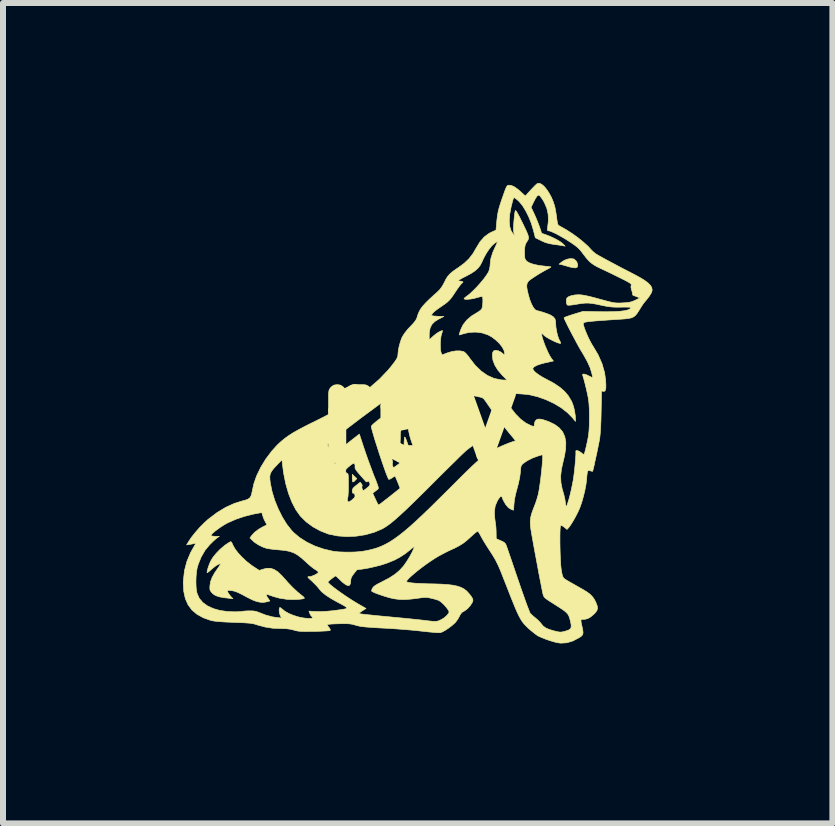
<source format=kicad_pcb>
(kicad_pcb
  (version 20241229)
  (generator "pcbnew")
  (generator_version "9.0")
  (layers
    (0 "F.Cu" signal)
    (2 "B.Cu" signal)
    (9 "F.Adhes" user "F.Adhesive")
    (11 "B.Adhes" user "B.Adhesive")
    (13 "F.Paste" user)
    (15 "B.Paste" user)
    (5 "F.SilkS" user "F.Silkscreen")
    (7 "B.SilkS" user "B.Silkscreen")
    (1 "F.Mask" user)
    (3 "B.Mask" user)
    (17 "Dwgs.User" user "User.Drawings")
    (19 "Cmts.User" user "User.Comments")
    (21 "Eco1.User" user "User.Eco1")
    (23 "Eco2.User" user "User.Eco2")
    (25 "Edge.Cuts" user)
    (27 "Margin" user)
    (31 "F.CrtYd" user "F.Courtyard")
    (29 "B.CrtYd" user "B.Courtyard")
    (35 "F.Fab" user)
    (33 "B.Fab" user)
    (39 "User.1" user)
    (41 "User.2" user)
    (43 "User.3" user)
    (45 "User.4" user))
  (footprint "rev"
    (layer "F.Cu")
    (at 3.914 3.832)
    (property "Reference" "rev" (at 0 0 0) (layer "F.SilkS") (effects (font (size 1.524 1.524) (thickness 0.3))))
    (attr through_hole)
    (fp_poly (pts (xy -1.016 1.097) (xy -1.044 1.126) (xy -1.068 1.149) (xy -1.083 1.152) (xy -1.09 1.132) (xy -1.092 1.09) (xy -1.092 1.024) (xy -1.016 1.097)) (stroke (width 0.01) (type solid)) (fill yes) (layer "F.SilkS"))
    (fp_poly (pts (xy 2.597 -2.566) (xy 2.61 -2.56) (xy 2.649 -2.522) (xy 2.665 -2.475) (xy 2.665 -2.454) (xy 2.657 -2.428) (xy 2.636 -2.418) (xy 2.623 -2.417) (xy 2.59 -2.42) (xy 2.544 -2.429) (xy 2.508 -2.439) (xy 2.461 -2.453) (xy 2.417 -2.465) (xy 2.394 -2.471) (xy 2.356 -2.479) (xy 2.4 -2.515) (xy 2.448 -2.545) (xy 2.501 -2.564) (xy 2.554 -2.572) (xy 2.597 -2.566)) (stroke (width 0.01) (type solid)) (fill yes) (layer "F.SilkS"))
    (fp_poly (pts (xy -3.105 2.157) (xy -3.09 2.185) (xy -3.074 2.22) (xy -3.042 2.275) (xy -2.993 2.338) (xy -2.932 2.404) (xy -2.862 2.47) (xy -2.788 2.529) (xy -2.74 2.563) (xy -2.641 2.627) (xy -2.589 2.609) (xy -2.519 2.591) (xy -2.455 2.591) (xy -2.394 2.611) (xy -2.333 2.65) (xy -2.268 2.712) (xy -2.232 2.752) (xy -2.156 2.837) (xy -2.078 2.918) (xy -2.002 2.988) (xy -1.934 3.044) (xy -1.927 3.049) (xy -1.901 3.071) (xy -1.89 3.088) (xy -1.892 3.092) (xy -1.919 3.101) (xy -1.965 3.107) (xy -2.024 3.111) (xy -2.09 3.112) (xy -2.156 3.11) (xy -2.179 3.109) (xy -2.312 3.088) (xy -2.407 3.061) (xy -2.457 3.044) (xy -2.496 3.031) (xy -2.52 3.024) (xy -2.524 3.023) (xy -2.527 3.032) (xy -2.517 3.057) (xy -2.496 3.09) (xy -2.465 3.136) (xy -2.512 3.149) (xy -2.569 3.16) (xy -2.627 3.157) (xy -2.667 3.149) (xy -2.705 3.138) (xy -2.749 3.121) (xy -2.803 3.095) (xy -2.871 3.06) (xy -2.924 3.031) (xy -2.994 2.996) (xy -3.051 2.974) (xy -3.101 2.963) (xy -3.105 2.963) (xy -3.143 2.96) (xy -3.169 2.961) (xy -3.175 2.965) (xy -3.167 2.989) (xy -3.146 3.023) (xy -3.118 3.059) (xy -3.114 3.063) (xy -3.082 3.098) (xy -3.138 3.092) (xy -3.229 3.081) (xy -3.298 3.069) (xy -3.351 3.053) (xy -3.391 3.034) (xy -3.423 3.009) (xy -3.437 2.993) (xy -3.456 2.968) (xy -3.465 2.943) (xy -3.466 2.91) (xy -3.464 2.877) (xy -3.453 2.811) (xy -3.428 2.744) (xy -3.388 2.671) (xy -3.335 2.594) (xy -3.309 2.557) (xy -3.293 2.529) (xy -3.289 2.515) (xy -3.29 2.515) (xy -3.32 2.523) (xy -3.362 2.547) (xy -3.409 2.583) (xy -3.444 2.613) (xy -3.476 2.641) (xy -3.5 2.66) (xy -3.511 2.665) (xy -3.512 2.649) (xy -3.505 2.616) (xy -3.492 2.572) (xy -3.475 2.525) (xy -3.456 2.48) (xy -3.45 2.468) (xy -3.412 2.406) (xy -3.357 2.339) (xy -3.294 2.274) (xy -3.227 2.217) (xy -3.199 2.196) (xy -3.161 2.171) (xy -3.131 2.153) (xy -3.116 2.147) (xy -3.115 2.147) (xy -3.105 2.157)) (stroke (width 0.01) (type solid)) (fill yes) (layer "F.SilkS"))
    (fp_poly (pts (xy 2.065 -3.81) (xy 2.107 -3.775) (xy 2.149 -3.724) (xy 2.19 -3.662) (xy 2.228 -3.592) (xy 2.26 -3.515) (xy 2.285 -3.436) (xy 2.286 -3.43) (xy 2.295 -3.384) (xy 2.305 -3.325) (xy 2.314 -3.262) (xy 2.316 -3.246) (xy 2.324 -3.192) (xy 2.33 -3.156) (xy 2.339 -3.135) (xy 2.352 -3.122) (xy 2.369 -3.112) (xy 2.469 -3.056) (xy 2.571 -2.991) (xy 2.67 -2.92) (xy 2.76 -2.847) (xy 2.838 -2.777) (xy 2.89 -2.72) (xy 2.924 -2.686) (xy 2.965 -2.652) (xy 2.977 -2.645) (xy 3.008 -2.626) (xy 3.059 -2.598) (xy 3.126 -2.561) (xy 3.206 -2.518) (xy 3.295 -2.471) (xy 3.39 -2.42) (xy 3.489 -2.369) (xy 3.588 -2.318) (xy 3.594 -2.315) (xy 3.698 -2.259) (xy 3.779 -2.21) (xy 3.838 -2.166) (xy 3.879 -2.125) (xy 3.901 -2.087) (xy 3.907 -2.049) (xy 3.905 -2.031) (xy 3.889 -1.992) (xy 3.855 -1.938) (xy 3.805 -1.874) (xy 3.783 -1.849) (xy 3.762 -1.822) (xy 3.734 -1.781) (xy 3.704 -1.733) (xy 3.694 -1.717) (xy 3.662 -1.666) (xy 3.633 -1.629) (xy 3.603 -1.603) (xy 3.566 -1.585) (xy 3.517 -1.574) (xy 3.452 -1.566) (xy 3.382 -1.561) (xy 3.241 -1.552) (xy 3.124 -1.544) (xy 3.027 -1.537) (xy 2.95 -1.531) (xy 2.889 -1.525) (xy 2.843 -1.52) (xy 2.81 -1.515) (xy 2.787 -1.51) (xy 2.773 -1.505) (xy 2.764 -1.499) (xy 2.76 -1.492) (xy 2.761 -1.469) (xy 2.772 -1.43) (xy 2.791 -1.377) (xy 2.815 -1.318) (xy 2.843 -1.255) (xy 2.873 -1.195) (xy 2.901 -1.143) (xy 2.919 -1.115) (xy 3.006 -0.969) (xy 3.072 -0.818) (xy 3.115 -0.667) (xy 3.132 -0.541) (xy 3.136 -0.465) (xy 3.135 -0.412) (xy 3.128 -0.378) (xy 3.116 -0.361) (xy 3.096 -0.358) (xy 3.093 -0.359) (xy 3.064 -0.364) (xy 3.057 -0.02) (xy 3.054 0.119) (xy 3.049 0.234) (xy 3.043 0.328) (xy 3.036 0.402) (xy 3.03 0.445) (xy 3.022 0.485) (xy 3.011 0.54) (xy 2.998 0.606) (xy 2.983 0.677) (xy 2.967 0.749) (xy 2.952 0.818) (xy 2.939 0.88) (xy 2.927 0.929) (xy 2.919 0.962) (xy 2.915 0.975) (xy 2.903 0.973) (xy 2.876 0.967) (xy 2.873 0.966) (xy 2.855 0.961) (xy 2.842 0.962) (xy 2.833 0.972) (xy 2.827 0.994) (xy 2.821 1.032) (xy 2.816 1.09) (xy 2.813 1.13) (xy 2.802 1.208) (xy 2.784 1.3) (xy 2.76 1.398) (xy 2.733 1.493) (xy 2.704 1.576) (xy 2.695 1.598) (xy 2.668 1.657) (xy 2.635 1.722) (xy 2.599 1.787) (xy 2.564 1.845) (xy 2.533 1.892) (xy 2.514 1.915) (xy 2.488 1.944) (xy 2.441 1.905) (xy 2.407 1.882) (xy 2.386 1.878) (xy 2.382 1.88) (xy 2.377 1.898) (xy 2.373 1.937) (xy 2.371 1.993) (xy 2.37 2.063) (xy 2.37 2.142) (xy 2.371 2.228) (xy 2.373 2.314) (xy 2.376 2.399) (xy 2.38 2.477) (xy 2.384 2.545) (xy 2.39 2.6) (xy 2.392 2.616) (xy 2.403 2.677) (xy 2.413 2.718) (xy 2.425 2.744) (xy 2.441 2.762) (xy 2.441 2.762) (xy 2.462 2.777) (xy 2.501 2.801) (xy 2.553 2.831) (xy 2.615 2.866) (xy 2.664 2.894) (xy 2.749 2.942) (xy 2.815 2.982) (xy 2.865 3.018) (xy 2.902 3.054) (xy 2.932 3.091) (xy 2.956 3.133) (xy 2.967 3.155) (xy 2.99 3.213) (xy 2.997 3.258) (xy 2.986 3.297) (xy 2.955 3.337) (xy 2.934 3.358) (xy 2.883 3.401) (xy 2.839 3.427) (xy 2.795 3.44) (xy 2.761 3.442) (xy 2.738 3.442) (xy 2.725 3.448) (xy 2.72 3.463) (xy 2.723 3.492) (xy 2.733 3.54) (xy 2.737 3.556) (xy 2.75 3.618) (xy 2.755 3.661) (xy 2.751 3.691) (xy 2.737 3.713) (xy 2.712 3.734) (xy 2.693 3.746) (xy 2.587 3.802) (xy 2.485 3.833) (xy 2.384 3.839) (xy 2.343 3.834) (xy 2.283 3.821) (xy 2.212 3.8) (xy 2.138 3.775) (xy 2.069 3.748) (xy 2.014 3.723) (xy 2.001 3.716) (xy 1.967 3.693) (xy 1.921 3.657) (xy 1.872 3.616) (xy 1.845 3.593) (xy 1.807 3.556) (xy 1.773 3.52) (xy 1.743 3.482) (xy 1.715 3.438) (xy 1.686 3.385) (xy 1.655 3.32) (xy 1.62 3.239) (xy 1.58 3.14) (xy 1.548 3.061) (xy 1.513 2.971) (xy 1.476 2.877) (xy 1.44 2.786) (xy 1.408 2.704) (xy 1.382 2.638) (xy 1.381 2.635) (xy 1.34 2.541) (xy 1.298 2.456) (xy 1.247 2.37) (xy 1.209 2.311) (xy 1.167 2.247) (xy 1.126 2.182) (xy 1.09 2.123) (xy 1.064 2.077) (xy 1.059 2.068) (xy 1.037 2.026) (xy 1.017 1.993) (xy 1.004 1.975) (xy 1.003 1.975) (xy 0.988 1.979) (xy 0.96 1.999) (xy 0.924 2.03) (xy 0.898 2.054) (xy 0.824 2.121) (xy 0.757 2.174) (xy 0.686 2.218) (xy 0.605 2.26) (xy 0.57 2.275) (xy 0.504 2.306) (xy 0.43 2.344) (xy 0.36 2.381) (xy 0.341 2.392) (xy 0.278 2.43) (xy 0.21 2.475) (xy 0.139 2.524) (xy 0.069 2.576) (xy 0.002 2.628) (xy -0.059 2.678) (xy -0.112 2.724) (xy -0.153 2.763) (xy -0.179 2.793) (xy -0.188 2.811) (xy -0.187 2.815) (xy -0.164 2.825) (xy -0.116 2.833) (xy -0.043 2.84) (xy 0.054 2.845) (xy 0.176 2.85) (xy 0.252 2.851) (xy 0.384 2.855) (xy 0.495 2.862) (xy 0.586 2.873) (xy 0.661 2.889) (xy 0.722 2.91) (xy 0.773 2.937) (xy 0.816 2.971) (xy 0.855 3.014) (xy 0.856 3.014) (xy 0.892 3.061) (xy 0.913 3.095) (xy 0.92 3.121) (xy 0.916 3.145) (xy 0.908 3.162) (xy 0.874 3.215) (xy 0.83 3.264) (xy 0.784 3.299) (xy 0.766 3.309) (xy 0.735 3.327) (xy 0.711 3.359) (xy 0.693 3.394) (xy 0.666 3.442) (xy 0.632 3.488) (xy 0.614 3.507) (xy 0.565 3.55) (xy 0.51 3.591) (xy 0.456 3.627) (xy 0.409 3.652) (xy 0.376 3.664) (xy 0.352 3.665) (xy 0.307 3.663) (xy 0.245 3.658) (xy 0.172 3.651) (xy 0.091 3.642) (xy 0.07 3.64) (xy -0.018 3.63) (xy -0.125 3.62) (xy -0.243 3.61) (xy -0.365 3.601) (xy -0.484 3.593) (xy -0.565 3.589) (xy -0.677 3.583) (xy -0.767 3.577) (xy -0.839 3.572) (xy -0.897 3.567) (xy -0.943 3.561) (xy -0.981 3.554) (xy -1.016 3.546) (xy -1.035 3.54) (xy -1.078 3.528) (xy -1.117 3.52) (xy -1.157 3.516) (xy -1.204 3.514) (xy -1.267 3.514) (xy -1.324 3.516) (xy -1.39 3.518) (xy -1.445 3.521) (xy -1.486 3.525) (xy -1.509 3.529) (xy -1.511 3.531) (xy -1.504 3.547) (xy -1.485 3.572) (xy -1.479 3.579) (xy -1.46 3.607) (xy -1.458 3.623) (xy -1.463 3.628) (xy -1.481 3.632) (xy -1.519 3.635) (xy -1.575 3.638) (xy -1.643 3.641) (xy -1.72 3.643) (xy -1.731 3.643) (xy -1.82 3.644) (xy -1.888 3.644) (xy -1.94 3.643) (xy -1.981 3.64) (xy -2.014 3.635) (xy -2.046 3.628) (xy -2.067 3.621) (xy -2.124 3.607) (xy -2.187 3.599) (xy -2.263 3.596) (xy -2.292 3.595) (xy -2.42 3.59) (xy -2.541 3.571) (xy -2.666 3.538) (xy -2.692 3.529) (xy -2.723 3.52) (xy -2.757 3.513) (xy -2.797 3.507) (xy -2.847 3.503) (xy -2.911 3.499) (xy -2.995 3.495) (xy -3.073 3.492) (xy -3.189 3.488) (xy -3.282 3.482) (xy -3.354 3.476) (xy -3.409 3.469) (xy -3.448 3.461) (xy -3.448 3.461) (xy -3.575 3.416) (xy -3.68 3.358) (xy -3.765 3.286) (xy -3.83 3.198) (xy -3.875 3.095) (xy -3.901 2.976) (xy -3.909 2.84) (xy -3.908 2.826) (xy -3.698 2.826) (xy -3.695 2.909) (xy -3.686 2.981) (xy -3.678 3.012) (xy -3.643 3.091) (xy -3.585 3.16) (xy -3.507 3.217) (xy -3.411 3.262) (xy -3.299 3.294) (xy -3.172 3.312) (xy -3.077 3.316) (xy -3.019 3.316) (xy -2.97 3.314) (xy -2.936 3.312) (xy -2.922 3.309) (xy -2.905 3.306) (xy -2.869 3.303) (xy -2.821 3.301) (xy -2.809 3.301) (xy -2.746 3.302) (xy -2.698 3.309) (xy -2.656 3.324) (xy -2.646 3.328) (xy -2.537 3.37) (xy -2.427 3.4) (xy -2.351 3.412) (xy -2.271 3.42) (xy -2.291 3.381) (xy -2.304 3.345) (xy -2.31 3.305) (xy -2.31 3.27) (xy -2.303 3.248) (xy -2.301 3.246) (xy -2.286 3.25) (xy -2.263 3.268) (xy -2.259 3.272) (xy -2.214 3.308) (xy -2.15 3.344) (xy -2.073 3.376) (xy -1.99 3.402) (xy -1.906 3.419) (xy -1.899 3.42) (xy -1.847 3.425) (xy -1.802 3.427) (xy -1.768 3.425) (xy -1.753 3.419) (xy -1.753 3.418) (xy -1.761 3.401) (xy -1.771 3.392) (xy -1.788 3.369) (xy -1.801 3.341) (xy -1.814 3.305) (xy -1.704 3.312) (xy -1.62 3.313) (xy -1.52 3.308) (xy -1.41 3.298) (xy -1.299 3.283) (xy -1.247 3.275) (xy -1.21 3.268) (xy -1.188 3.261) (xy -1.182 3.251) (xy -1.193 3.238) (xy -1.223 3.218) (xy -1.273 3.19) (xy -1.327 3.162) (xy -1.443 3.097) (xy -1.535 3.037) (xy -1.603 2.982) (xy -1.645 2.933) (xy -1.672 2.899) (xy -1.712 2.857) (xy -1.75 2.819) (xy -1.499 2.819) (xy -1.488 2.836) (xy -1.459 2.864) (xy -1.415 2.9) (xy -1.358 2.944) (xy -1.291 2.992) (xy -1.218 3.043) (xy -1.141 3.094) (xy -1.064 3.143) (xy -0.989 3.188) (xy -0.961 3.204) (xy -0.862 3.261) (xy -0.92 3.297) (xy -0.952 3.319) (xy -0.973 3.336) (xy -0.978 3.342) (xy -0.976 3.344) (xy -0.969 3.347) (xy -0.954 3.351) (xy -0.929 3.354) (xy -0.892 3.359) (xy -0.842 3.364) (xy -0.775 3.371) (xy -0.689 3.38) (xy -0.584 3.39) (xy -0.455 3.402) (xy -0.427 3.405) (xy -0.32 3.415) (xy -0.215 3.425) (xy -0.116 3.435) (xy -0.028 3.444) (xy 0.046 3.452) (xy 0.1 3.458) (xy 0.114 3.46) (xy 0.19 3.469) (xy 0.247 3.475) (xy 0.288 3.476) (xy 0.32 3.474) (xy 0.347 3.467) (xy 0.374 3.455) (xy 0.391 3.447) (xy 0.436 3.42) (xy 0.477 3.386) (xy 0.493 3.368) (xy 0.515 3.339) (xy 0.522 3.32) (xy 0.517 3.302) (xy 0.506 3.283) (xy 0.475 3.241) (xy 0.435 3.196) (xy 0.393 3.157) (xy 0.357 3.131) (xy 0.355 3.13) (xy 0.325 3.118) (xy 0.281 3.105) (xy 0.23 3.092) (xy 0.229 3.092) (xy 0.187 3.083) (xy 0.152 3.078) (xy 0.116 3.077) (xy 0.072 3.081) (xy 0.013 3.089) (xy -0.006 3.092) (xy -0.124 3.106) (xy -0.223 3.112) (xy -0.312 3.11) (xy -0.395 3.099) (xy -0.447 3.088) (xy -0.505 3.072) (xy -0.568 3.053) (xy -0.63 3.032) (xy -0.687 3.012) (xy -0.732 2.993) (xy -0.761 2.978) (xy -0.769 2.971) (xy -0.768 2.953) (xy -0.756 2.925) (xy -0.753 2.92) (xy -0.736 2.898) (xy -0.706 2.875) (xy -0.661 2.849) (xy -0.595 2.816) (xy -0.591 2.813) (xy -0.475 2.753) (xy -0.38 2.691) (xy -0.302 2.625) (xy -0.237 2.553) (xy -0.229 2.542) (xy -0.183 2.476) (xy -0.137 2.402) (xy -0.097 2.328) (xy -0.067 2.264) (xy -0.064 2.255) (xy -0.058 2.237) (xy -0.06 2.231) (xy -0.073 2.24) (xy -0.102 2.262) (xy -0.117 2.275) (xy -0.209 2.348) (xy -0.298 2.406) (xy -0.393 2.456) (xy -0.503 2.501) (xy -0.537 2.513) (xy -0.622 2.54) (xy -0.722 2.565) (xy -0.825 2.588) (xy -0.921 2.604) (xy -0.953 2.608) (xy -0.987 2.612) (xy -1.009 2.615) (xy -1.012 2.616) (xy -1.02 2.625) (xy -1.04 2.649) (xy -1.066 2.681) (xy -1.096 2.724) (xy -1.112 2.758) (xy -1.118 2.792) (xy -1.118 2.799) (xy -1.123 2.848) (xy -1.138 2.875) (xy -1.164 2.88) (xy -1.201 2.864) (xy -1.251 2.827) (xy -1.286 2.794) (xy -1.322 2.759) (xy -1.35 2.733) (xy -1.366 2.719) (xy -1.368 2.718) (xy -1.382 2.725) (xy -1.408 2.743) (xy -1.439 2.767) (xy -1.469 2.791) (xy -1.491 2.811) (xy -1.499 2.819) (xy -1.75 2.819) (xy -1.755 2.814) (xy -1.765 2.805) (xy -1.804 2.77) (xy -1.826 2.748) (xy -1.833 2.736) (xy -1.827 2.731) (xy -1.81 2.731) (xy -1.775 2.725) (xy -1.734 2.71) (xy -1.695 2.691) (xy -1.667 2.671) (xy -1.659 2.66) (xy -1.665 2.642) (xy -1.696 2.62) (xy -1.704 2.615) (xy -1.734 2.596) (xy -1.777 2.563) (xy -1.825 2.522) (xy -1.867 2.483) (xy -1.941 2.417) (xy -2.006 2.368) (xy -2.068 2.333) (xy -2.135 2.31) (xy -2.213 2.294) (xy -2.306 2.285) (xy -2.373 2.279) (xy -2.436 2.272) (xy -2.487 2.265) (xy -2.52 2.259) (xy -2.521 2.259) (xy -2.587 2.235) (xy -2.656 2.201) (xy -2.717 2.161) (xy -2.754 2.129) (xy -2.797 2.085) (xy -2.77 2.047) (xy -2.721 1.993) (xy -2.653 1.941) (xy -2.582 1.9) (xy -2.515 1.867) (xy -2.546 1.808) (xy -2.567 1.765) (xy -2.582 1.722) (xy -2.586 1.707) (xy -2.594 1.678) (xy -2.605 1.664) (xy -2.606 1.664) (xy -2.623 1.666) (xy -2.659 1.673) (xy -2.708 1.682) (xy -2.744 1.689) (xy -2.894 1.727) (xy -3.038 1.776) (xy -3.168 1.834) (xy -3.188 1.844) (xy -3.237 1.873) (xy -3.29 1.907) (xy -3.34 1.943) (xy -3.386 1.978) (xy -3.421 2.009) (xy -3.443 2.033) (xy -3.448 2.045) (xy -3.432 2.052) (xy -3.399 2.057) (xy -3.374 2.058) (xy -3.308 2.058) (xy -3.346 2.085) (xy -3.373 2.107) (xy -3.41 2.14) (xy -3.451 2.181) (xy -3.468 2.197) (xy -3.546 2.292) (xy -3.611 2.404) (xy -3.66 2.526) (xy -3.677 2.584) (xy -3.689 2.655) (xy -3.696 2.738) (xy -3.698 2.826) (xy -3.908 2.826) (xy -3.907 2.794) (xy -3.889 2.631) (xy -3.849 2.478) (xy -3.786 2.328) (xy -3.727 2.224) (xy -3.708 2.19) (xy -3.705 2.175) (xy -3.711 2.175) (xy -3.735 2.181) (xy -3.772 2.188) (xy -3.792 2.192) (xy -3.853 2.201) (xy -3.822 2.149) (xy -3.771 2.073) (xy -3.705 1.99) (xy -3.631 1.906) (xy -3.553 1.828) (xy -3.494 1.775) (xy -3.348 1.664) (xy -3.203 1.576) (xy -3.058 1.51) (xy -2.91 1.464) (xy -2.89 1.46) (xy -2.833 1.441) (xy -2.795 1.413) (xy -2.773 1.369) (xy -2.762 1.317) (xy -2.733 1.184) (xy -2.687 1.052) (xy -2.466 1.052) (xy -2.466 1.101) (xy -2.459 1.163) (xy -2.457 1.174) (xy -2.428 1.315) (xy -2.384 1.459) (xy -2.326 1.601) (xy -2.259 1.735) (xy -2.184 1.857) (xy -2.103 1.96) (xy -2.071 1.994) (xy -1.97 2.079) (xy -1.85 2.155) (xy -1.716 2.22) (xy -1.571 2.27) (xy -1.422 2.305) (xy -1.39 2.31) (xy -1.315 2.318) (xy -1.225 2.321) (xy -1.128 2.322) (xy -1.034 2.319) (xy -0.95 2.312) (xy -0.9 2.305) (xy -0.822 2.29) (xy -0.748 2.272) (xy -0.677 2.251) (xy -0.608 2.224) (xy -0.538 2.191) (xy -0.466 2.151) (xy -0.391 2.102) (xy -0.311 2.044) (xy -0.225 1.976) (xy -0.131 1.896) (xy -0.028 1.803) (xy 0.086 1.696) (xy 0.134 1.65) (xy 1.277 1.65) (xy 1.283 1.752) (xy 1.29 1.805) (xy 1.296 1.852) (xy 1.301 1.885) (xy 1.301 1.886) (xy 1.304 1.919) (xy 1.306 1.966) (xy 1.307 2.011) (xy 1.308 2.098) (xy 1.384 2.131) (xy 1.426 2.151) (xy 1.451 2.169) (xy 1.468 2.192) (xy 1.482 2.229) (xy 1.484 2.235) (xy 1.494 2.262) (xy 1.51 2.31) (xy 1.533 2.377) (xy 1.561 2.458) (xy 1.593 2.552) (xy 1.628 2.655) (xy 1.665 2.764) (xy 1.682 2.812) (xy 1.719 2.921) (xy 1.755 3.023) (xy 1.788 3.116) (xy 1.817 3.197) (xy 1.842 3.262) (xy 1.861 3.311) (xy 1.873 3.339) (xy 1.877 3.344) (xy 1.898 3.365) (xy 1.932 3.395) (xy 1.962 3.419) (xy 2.002 3.454) (xy 2.039 3.492) (xy 2.058 3.515) (xy 2.09 3.554) (xy 2.131 3.584) (xy 2.185 3.608) (xy 2.259 3.631) (xy 2.262 3.632) (xy 2.316 3.645) (xy 2.354 3.653) (xy 2.383 3.655) (xy 2.412 3.651) (xy 2.449 3.642) (xy 2.467 3.637) (xy 2.514 3.621) (xy 2.543 3.602) (xy 2.557 3.574) (xy 2.557 3.534) (xy 2.546 3.476) (xy 2.541 3.457) (xy 2.53 3.418) (xy 2.519 3.387) (xy 2.504 3.36) (xy 2.482 3.334) (xy 2.451 3.306) (xy 2.407 3.274) (xy 2.347 3.235) (xy 2.269 3.185) (xy 2.263 3.181) (xy 2.201 3.142) (xy 2.157 3.113) (xy 2.128 3.091) (xy 2.109 3.072) (xy 2.098 3.054) (xy 2.091 3.034) (xy 2.086 3.016) (xy 2.079 2.983) (xy 2.068 2.928) (xy 2.054 2.855) (xy 2.037 2.769) (xy 2.018 2.672) (xy 1.999 2.568) (xy 1.979 2.461) (xy 1.959 2.354) (xy 1.94 2.252) (xy 1.923 2.157) (xy 1.908 2.074) (xy 1.896 2.005) (xy 1.888 1.955) (xy 1.886 1.945) (xy 1.877 1.871) (xy 1.875 1.808) (xy 1.881 1.749) (xy 1.896 1.686) (xy 1.922 1.613) (xy 1.942 1.562) (xy 1.967 1.497) (xy 1.99 1.426) (xy 2.008 1.361) (xy 2.013 1.34) (xy 2.023 1.284) (xy 2.033 1.216) (xy 2.044 1.14) (xy 2.054 1.059) (xy 2.063 0.978) (xy 2.071 0.901) (xy 2.077 0.831) (xy 2.081 0.772) (xy 2.082 0.728) (xy 2.081 0.703) (xy 2.079 0.699) (xy 2.065 0.702) (xy 2.035 0.71) (xy 2.006 0.719) (xy 1.916 0.752) (xy 1.83 0.795) (xy 1.764 0.839) (xy 1.742 0.858) (xy 1.728 0.875) (xy 1.72 0.898) (xy 1.715 0.932) (xy 1.711 0.986) (xy 1.711 0.987) (xy 1.699 1.079) (xy 1.676 1.185) (xy 1.657 1.257) (xy 1.63 1.357) (xy 1.612 1.448) (xy 1.604 1.52) (xy 1.597 1.623) (xy 1.561 1.611) (xy 1.511 1.581) (xy 1.465 1.527) (xy 1.424 1.454) (xy 1.405 1.405) (xy 1.393 1.391) (xy 1.374 1.4) (xy 1.348 1.432) (xy 1.327 1.467) (xy 1.291 1.552) (xy 1.277 1.65) (xy 0.134 1.65) (xy 0.213 1.574) (xy 0.354 1.435) (xy 0.51 1.28) (xy 0.54 1.25) (xy 0.651 1.139) (xy 0.746 1.044) (xy 0.828 0.964) (xy 0.897 0.897) (xy 0.957 0.841) (xy 1.009 0.794) (xy 1.055 0.756) (xy 1.096 0.723) (xy 1.136 0.695) (xy 1.175 0.669) (xy 1.216 0.644) (xy 1.238 0.631) (xy 1.282 0.608) (xy 1.337 0.581) (xy 1.399 0.553) (xy 1.463 0.526) (xy 1.523 0.502) (xy 1.574 0.484) (xy 1.611 0.472) (xy 1.625 0.47) (xy 1.624 0.461) (xy 1.608 0.438) (xy 1.581 0.403) (xy 1.559 0.378) (xy 1.515 0.325) (xy 1.46 0.256) (xy 1.399 0.176) (xy 1.334 0.091) (xy 1.271 0.006) (xy 1.213 -0.075) (xy 1.163 -0.147) (xy 1.158 -0.155) (xy 1.125 -0.202) (xy 1.101 -0.232) (xy 1.08 -0.249) (xy 1.058 -0.258) (xy 1.045 -0.261) (xy 0.922 -0.288) (xy 0.844 -0.314) (xy 1.427 -0.314) (xy 1.427 -0.297) (xy 1.441 -0.262) (xy 1.468 -0.212) (xy 1.506 -0.15) (xy 1.552 -0.081) (xy 1.631 0.02) (xy 1.715 0.105) (xy 1.803 0.171) (xy 1.891 0.214) (xy 1.915 0.222) (xy 1.935 0.225) (xy 1.942 0.211) (xy 1.943 0.194) (xy 1.95 0.156) (xy 1.963 0.13) (xy 1.986 0.11) (xy 2.019 0.103) (xy 2.066 0.108) (xy 2.13 0.127) (xy 2.187 0.148) (xy 2.284 0.195) (xy 2.359 0.251) (xy 2.415 0.317) (xy 2.451 0.396) (xy 2.468 0.488) (xy 2.466 0.596) (xy 2.446 0.719) (xy 2.425 0.806) (xy 2.395 0.938) (xy 2.382 1.056) (xy 2.387 1.165) (xy 2.408 1.272) (xy 2.418 1.303) (xy 2.435 1.363) (xy 2.45 1.426) (xy 2.459 1.479) (xy 2.459 1.484) (xy 2.465 1.525) (xy 2.472 1.553) (xy 2.477 1.562) (xy 2.484 1.551) (xy 2.495 1.519) (xy 2.51 1.473) (xy 2.526 1.419) (xy 2.545 1.343) (xy 2.565 1.256) (xy 2.582 1.169) (xy 2.591 1.124) (xy 2.6 1.063) (xy 2.609 0.994) (xy 2.617 0.92) (xy 2.624 0.847) (xy 2.63 0.778) (xy 2.634 0.72) (xy 2.636 0.675) (xy 2.635 0.649) (xy 2.634 0.645) (xy 2.637 0.632) (xy 2.641 0.629) (xy 2.663 0.629) (xy 2.696 0.644) (xy 2.733 0.67) (xy 2.739 0.676) (xy 2.76 0.69) (xy 2.773 0.69) (xy 2.781 0.669) (xy 2.792 0.629) (xy 2.805 0.576) (xy 2.819 0.515) (xy 2.832 0.454) (xy 2.843 0.397) (xy 2.846 0.375) (xy 2.854 0.307) (xy 2.859 0.222) (xy 2.861 0.125) (xy 2.861 0.026) (xy 2.859 -0.071) (xy 2.854 -0.156) (xy 2.846 -0.222) (xy 2.838 -0.27) (xy 2.825 -0.332) (xy 2.809 -0.402) (xy 2.792 -0.472) (xy 2.775 -0.538) (xy 2.76 -0.591) (xy 2.749 -0.626) (xy 2.749 -0.627) (xy 2.75 -0.644) (xy 2.77 -0.647) (xy 2.807 -0.637) (xy 2.852 -0.616) (xy 2.887 -0.599) (xy 2.91 -0.587) (xy 2.917 -0.584) (xy 2.915 -0.595) (xy 2.909 -0.625) (xy 2.901 -0.66) (xy 2.873 -0.752) (xy 2.828 -0.852) (xy 2.766 -0.964) (xy 2.739 -1.009) (xy 2.715 -1.048) (xy 2.685 -1.101) (xy 2.65 -1.165) (xy 2.613 -1.234) (xy 2.574 -1.307) (xy 2.537 -1.378) (xy 2.503 -1.444) (xy 2.475 -1.502) (xy 2.453 -1.547) (xy 2.441 -1.576) (xy 2.438 -1.584) (xy 2.45 -1.592) (xy 2.481 -1.605) (xy 2.528 -1.621) (xy 2.586 -1.64) (xy 2.598 -1.644) (xy 2.757 -1.692) (xy 3.001 -1.686) (xy 3.144 -1.685) (xy 3.266 -1.687) (xy 3.368 -1.693) (xy 3.448 -1.703) (xy 3.504 -1.716) (xy 3.537 -1.733) (xy 3.544 -1.741) (xy 3.548 -1.75) (xy 3.545 -1.757) (xy 3.531 -1.761) (xy 3.504 -1.762) (xy 3.458 -1.763) (xy 3.391 -1.762) (xy 3.388 -1.762) (xy 3.308 -1.761) (xy 3.244 -1.764) (xy 3.183 -1.77) (xy 3.117 -1.782) (xy 3.054 -1.795) (xy 2.969 -1.813) (xy 2.901 -1.824) (xy 2.843 -1.83) (xy 2.788 -1.829) (xy 2.729 -1.823) (xy 2.658 -1.812) (xy 2.646 -1.81) (xy 2.59 -1.801) (xy 2.542 -1.795) (xy 2.508 -1.794) (xy 2.497 -1.795) (xy 2.484 -1.811) (xy 2.477 -1.843) (xy 2.477 -1.879) (xy 2.484 -1.909) (xy 2.487 -1.914) (xy 2.513 -1.936) (xy 2.559 -1.953) (xy 2.618 -1.965) (xy 2.679 -1.969) (xy 2.718 -1.967) (xy 2.764 -1.961) (xy 2.819 -1.95) (xy 2.888 -1.934) (xy 2.976 -1.911) (xy 3.026 -1.897) (xy 3.112 -1.874) (xy 3.178 -1.856) (xy 3.229 -1.844) (xy 3.27 -1.836) (xy 3.305 -1.832) (xy 3.34 -1.831) (xy 3.378 -1.831) (xy 3.416 -1.833) (xy 3.482 -1.837) (xy 3.53 -1.844) (xy 3.569 -1.853) (xy 3.607 -1.869) (xy 3.626 -1.877) (xy 3.702 -1.915) (xy 3.653 -1.935) (xy 3.62 -1.948) (xy 3.596 -1.955) (xy 3.593 -1.956) (xy 3.583 -1.966) (xy 3.581 -1.978) (xy 3.577 -2.004) (xy 3.567 -2.04) (xy 3.563 -2.051) (xy 3.553 -2.096) (xy 3.557 -2.123) (xy 3.56 -2.141) (xy 3.544 -2.158) (xy 3.527 -2.169) (xy 3.491 -2.19) (xy 3.436 -2.219) (xy 3.365 -2.254) (xy 3.284 -2.294) (xy 3.196 -2.337) (xy 3.106 -2.38) (xy 3.086 -2.389) (xy 3.006 -2.427) (xy 2.944 -2.461) (xy 2.894 -2.496) (xy 2.851 -2.534) (xy 2.809 -2.582) (xy 2.762 -2.643) (xy 2.761 -2.644) (xy 2.724 -2.693) (xy 2.691 -2.731) (xy 2.656 -2.764) (xy 2.613 -2.797) (xy 2.557 -2.836) (xy 2.532 -2.852) (xy 2.459 -2.899) (xy 2.386 -2.941) (xy 2.318 -2.979) (xy 2.258 -3.008) (xy 2.21 -3.028) (xy 2.179 -3.035) (xy 2.177 -3.035) (xy 2.163 -3.04) (xy 2.161 -3.06) (xy 2.163 -3.077) (xy 2.177 -3.199) (xy 2.174 -3.308) (xy 2.152 -3.408) (xy 2.111 -3.504) (xy 2.094 -3.535) (xy 2.067 -3.576) (xy 2.043 -3.609) (xy 2.026 -3.627) (xy 2.024 -3.628) (xy 2.007 -3.628) (xy 1.988 -3.612) (xy 1.964 -3.577) (xy 1.935 -3.522) (xy 1.928 -3.507) (xy 1.889 -3.427) (xy 1.941 -3.317) (xy 1.97 -3.252) (xy 2 -3.179) (xy 2.025 -3.112) (xy 2.03 -3.1) (xy 2.065 -2.993) (xy 2.133 -2.97) (xy 2.203 -2.943) (xy 2.272 -2.911) (xy 2.336 -2.877) (xy 2.388 -2.844) (xy 2.421 -2.817) (xy 2.457 -2.778) (xy 2.419 -2.786) (xy 2.389 -2.791) (xy 2.343 -2.798) (xy 2.288 -2.805) (xy 2.267 -2.808) (xy 2.192 -2.821) (xy 2.128 -2.839) (xy 2.062 -2.868) (xy 2.056 -2.871) (xy 1.96 -2.919) (xy 1.926 -3.05) (xy 1.892 -3.162) (xy 1.849 -3.269) (xy 1.799 -3.368) (xy 1.747 -3.453) (xy 1.693 -3.519) (xy 1.683 -3.529) (xy 1.648 -3.56) (xy 1.619 -3.581) (xy 1.602 -3.587) (xy 1.6 -3.586) (xy 1.593 -3.57) (xy 1.582 -3.534) (xy 1.569 -3.485) (xy 1.557 -3.438) (xy 1.533 -3.31) (xy 1.525 -3.199) (xy 1.533 -3.106) (xy 1.557 -3.032) (xy 1.583 -2.992) (xy 1.614 -2.956) (xy 1.604 -2.992) (xy 1.597 -3.032) (xy 1.595 -3.073) (xy 1.597 -3.118) (xy 1.601 -3.173) (xy 1.606 -3.232) (xy 1.612 -3.288) (xy 1.618 -3.335) (xy 1.624 -3.365) (xy 1.625 -3.37) (xy 1.631 -3.373) (xy 1.644 -3.359) (xy 1.663 -3.327) (xy 1.691 -3.276) (xy 1.727 -3.203) (xy 1.736 -3.186) (xy 1.777 -3.101) (xy 1.808 -3.036) (xy 1.829 -2.987) (xy 1.842 -2.95) (xy 1.847 -2.922) (xy 1.845 -2.9) (xy 1.837 -2.88) (xy 1.823 -2.859) (xy 1.82 -2.854) (xy 1.801 -2.823) (xy 1.79 -2.792) (xy 1.783 -2.753) (xy 1.78 -2.7) (xy 1.78 -2.646) (xy 1.783 -2.598) (xy 1.788 -2.565) (xy 1.79 -2.562) (xy 1.816 -2.527) (xy 1.866 -2.498) (xy 1.937 -2.474) (xy 2.029 -2.456) (xy 2.12 -2.445) (xy 2.166 -2.441) (xy 2.201 -2.437) (xy 2.219 -2.433) (xy 2.22 -2.433) (xy 2.212 -2.425) (xy 2.188 -2.409) (xy 2.157 -2.393) (xy 2.1 -2.362) (xy 2.037 -2.326) (xy 1.975 -2.287) (xy 1.918 -2.25) (xy 1.874 -2.219) (xy 1.851 -2.2) (xy 1.83 -2.174) (xy 1.819 -2.142) (xy 1.817 -2.099) (xy 1.826 -2.042) (xy 1.842 -1.974) (xy 1.866 -1.89) (xy 1.894 -1.818) (xy 1.924 -1.761) (xy 1.953 -1.723) (xy 1.979 -1.707) (xy 2.025 -1.695) (xy 2.081 -1.679) (xy 2.137 -1.66) (xy 2.184 -1.643) (xy 2.213 -1.63) (xy 2.26 -1.6) (xy 2.287 -1.567) (xy 2.298 -1.522) (xy 2.299 -1.495) (xy 2.303 -1.429) (xy 2.315 -1.358) (xy 2.331 -1.289) (xy 2.351 -1.232) (xy 2.362 -1.21) (xy 2.377 -1.181) (xy 2.383 -1.162) (xy 2.383 -1.159) (xy 2.365 -1.158) (xy 2.332 -1.168) (xy 2.287 -1.186) (xy 2.238 -1.21) (xy 2.188 -1.236) (xy 2.143 -1.263) (xy 2.108 -1.288) (xy 2.09 -1.307) (xy 2.074 -1.32) (xy 2.07 -1.321) (xy 2.065 -1.31) (xy 2.069 -1.281) (xy 2.081 -1.237) (xy 2.099 -1.184) (xy 2.121 -1.124) (xy 2.147 -1.063) (xy 2.173 -1.005) (xy 2.199 -0.954) (xy 2.223 -0.915) (xy 2.229 -0.906) (xy 2.261 -0.864) (xy 2.232 -0.858) (xy 2.206 -0.852) (xy 2.163 -0.842) (xy 2.115 -0.832) (xy 2.042 -0.812) (xy 1.983 -0.791) (xy 1.941 -0.768) (xy 1.92 -0.746) (xy 1.918 -0.737) (xy 1.929 -0.709) (xy 1.962 -0.675) (xy 2.015 -0.635) (xy 2.084 -0.592) (xy 2.156 -0.554) (xy 2.274 -0.49) (xy 2.37 -0.425) (xy 2.447 -0.358) (xy 2.509 -0.285) (xy 2.558 -0.203) (xy 2.571 -0.177) (xy 2.595 -0.111) (xy 2.614 -0.032) (xy 2.626 0.049) (xy 2.629 0.1) (xy 2.629 0.143) (xy 2.581 0.084) (xy 2.496 -0.003) (xy 2.391 -0.085) (xy 2.269 -0.158) (xy 2.136 -0.22) (xy 1.996 -0.269) (xy 1.872 -0.299) (xy 1.824 -0.306) (xy 1.764 -0.312) (xy 1.697 -0.317) (xy 1.628 -0.32) (xy 1.562 -0.322) (xy 1.504 -0.322) (xy 1.459 -0.32) (xy 1.432 -0.316) (xy 1.427 -0.314) (xy 0.844 -0.314) (xy 0.808 -0.325) (xy 0.766 -0.343) (xy 0.726 -0.36) (xy 0.698 -0.37) (xy 0.686 -0.371) (xy 0.686 -0.37) (xy 0.693 -0.352) (xy 0.714 -0.316) (xy 0.746 -0.264) (xy 0.789 -0.199) (xy 0.84 -0.124) (xy 0.898 -0.041) (xy 0.96 0.047) (xy 1.026 0.138) (xy 1.094 0.23) (xy 1.104 0.244) (xy 1.192 0.361) (xy 1.031 0.468) (xy 0.968 0.51) (xy 0.907 0.553) (xy 0.853 0.592) (xy 0.813 0.623) (xy 0.805 0.63) (xy 0.784 0.649) (xy 0.746 0.685) (xy 0.695 0.734) (xy 0.632 0.797) (xy 0.558 0.869) (xy 0.475 0.951) (xy 0.386 1.039) (xy 0.293 1.132) (xy 0.24 1.185) (xy 0.106 1.319) (xy -0.012 1.435) (xy -0.116 1.536) (xy -0.206 1.623) (xy -0.285 1.696) (xy -0.354 1.758) (xy -0.413 1.809) (xy -0.466 1.851) (xy -0.513 1.885) (xy -0.556 1.913) (xy -0.595 1.935) (xy -0.727 1.991) (xy -0.873 2.032) (xy -1.027 2.056) (xy -1.183 2.063) (xy -1.335 2.052) (xy -1.478 2.023) (xy -1.496 2.018) (xy -1.625 1.967) (xy -1.749 1.899) (xy -1.86 1.817) (xy -1.953 1.725) (xy -1.96 1.717) (xy -2.033 1.614) (xy -2.098 1.489) (xy -2.154 1.345) (xy -2.2 1.185) (xy -2.235 1.012) (xy -2.242 0.959) (xy -1.202 0.959) (xy -1.2 0.982) (xy -1.187 1.008) (xy -1.173 1.011) (xy -1.166 1.012) (xy -1.162 1.025) (xy -1.158 1.051) (xy -1.157 1.095) (xy -1.156 1.159) (xy -1.156 1.204) (xy -1.156 1.275) (xy -1.159 1.336) (xy -1.162 1.383) (xy -1.166 1.411) (xy -1.168 1.417) (xy -1.175 1.437) (xy -1.171 1.463) (xy -1.16 1.482) (xy -1.151 1.486) (xy -1.134 1.478) (xy -1.105 1.458) (xy -1.088 1.444) (xy -1.059 1.417) (xy -1.047 1.397) (xy -1.047 1.374) (xy -1.048 1.368) (xy -1.06 1.342) (xy -1.075 1.339) (xy -1.087 1.336) (xy -1.092 1.313) (xy -1.092 1.303) (xy -1.089 1.277) (xy -1.077 1.255) (xy -1.051 1.229) (xy -1.026 1.209) (xy -0.959 1.156) (xy -0.938 1.184) (xy -0.925 1.208) (xy -0.928 1.22) (xy -0.933 1.235) (xy -0.928 1.261) (xy -0.919 1.285) (xy -0.907 1.295) (xy -0.894 1.288) (xy -0.868 1.269) (xy -0.844 1.25) (xy -0.813 1.223) (xy -0.799 1.204) (xy -0.797 1.186) (xy -0.802 1.167) (xy -0.814 1.143) (xy -0.825 1.139) (xy -0.834 1.145) (xy -0.854 1.152) (xy -0.862 1.148) (xy -0.874 1.134) (xy -0.899 1.106) (xy -0.933 1.068) (xy -0.962 1.035) (xy -1.004 0.986) (xy -1.03 0.951) (xy -1.044 0.926) (xy -1.047 0.906) (xy -1.046 0.902) (xy -1.046 0.87) (xy -1.053 0.852) (xy -1.063 0.843) (xy -1.078 0.845) (xy -1.102 0.859) (xy -1.139 0.888) (xy -1.166 0.911) (xy -1.193 0.937) (xy -1.202 0.959) (xy -2.242 0.959) (xy -2.255 0.864) (xy -2.264 0.782) (xy -2.348 0.87) (xy -2.4 0.926) (xy -2.435 0.971) (xy -2.457 1.011) (xy -2.466 1.052) (xy -2.687 1.052) (xy -2.684 1.045) (xy -2.616 0.905) (xy -2.532 0.768) (xy -2.434 0.638) (xy -2.343 0.537) (xy -2.325 0.521) (xy -1.503 0.521) (xy -1.502 0.535) (xy -1.493 0.567) (xy -1.478 0.612) (xy -1.46 0.664) (xy -1.44 0.717) (xy -1.42 0.768) (xy -1.402 0.81) (xy -1.388 0.837) (xy -1.384 0.843) (xy -1.37 0.841) (xy -1.343 0.825) (xy -1.308 0.801) (xy -1.27 0.772) (xy -1.235 0.742) (xy -1.208 0.716) (xy -1.194 0.698) (xy -1.194 0.695) (xy -1.198 0.675) (xy -1.208 0.64) (xy -1.215 0.619) (xy -1.226 0.584) (xy -1.232 0.561) (xy -1.231 0.555) (xy -1.22 0.546) (xy -1.192 0.524) (xy -1.152 0.494) (xy -1.105 0.456) (xy -1.1 0.452) (xy -0.974 0.354) (xy -0.895 0.593) (xy -0.863 0.687) (xy -0.826 0.792) (xy -0.787 0.897) (xy -0.751 0.994) (xy -0.731 1.046) (xy -0.7 1.122) (xy -0.679 1.178) (xy -0.665 1.217) (xy -0.658 1.243) (xy -0.657 1.259) (xy -0.661 1.269) (xy -0.669 1.276) (xy -0.697 1.297) (xy -0.721 1.316) (xy -0.751 1.34) (xy -0.706 1.438) (xy -0.685 1.483) (xy -0.667 1.517) (xy -0.655 1.535) (xy -0.653 1.537) (xy -0.641 1.529) (xy -0.612 1.508) (xy -0.571 1.476) (xy -0.519 1.436) (xy -0.469 1.397) (xy -0.294 1.257) (xy -0.333 1.159) (xy -0.352 1.113) (xy -0.367 1.077) (xy -0.376 1.057) (xy -0.377 1.055) (xy -0.389 1.059) (xy -0.413 1.074) (xy -0.428 1.084) (xy -0.458 1.102) (xy -0.48 1.109) (xy -0.485 1.108) (xy -0.495 1.089) (xy -0.511 1.05) (xy -0.533 0.994) (xy -0.558 0.924) (xy -0.586 0.843) (xy -0.616 0.755) (xy -0.646 0.664) (xy -0.675 0.573) (xy -0.703 0.486) (xy -0.714 0.451) (xy -0.594 0.451) (xy -0.593 0.463) (xy -0.584 0.488) (xy -0.569 0.513) (xy -0.554 0.517) (xy -0.542 0.525) (xy -0.525 0.552) (xy -0.504 0.593) (xy -0.481 0.642) (xy -0.459 0.695) (xy -0.44 0.745) (xy -0.426 0.789) (xy -0.419 0.82) (xy -0.421 0.833) (xy -0.425 0.857) (xy -0.419 0.882) (xy -0.407 0.916) (xy -0.349 0.876) (xy -0.318 0.853) (xy -0.297 0.835) (xy -0.292 0.828) (xy -0.298 0.795) (xy -0.312 0.771) (xy -0.327 0.765) (xy -0.341 0.758) (xy -0.358 0.731) (xy -0.381 0.684) (xy -0.396 0.649) (xy -0.416 0.599) (xy -0.431 0.558) (xy -0.44 0.532) (xy -0.441 0.526) (xy -0.431 0.532) (xy -0.406 0.553) (xy -0.371 0.584) (xy -0.343 0.61) (xy -0.302 0.647) (xy -0.268 0.676) (xy -0.245 0.694) (xy -0.238 0.698) (xy -0.234 0.686) (xy -0.231 0.654) (xy -0.229 0.607) (xy -0.229 0.553) (xy -0.228 0.495) (xy -0.225 0.447) (xy -0.222 0.414) (xy -0.218 0.402) (xy -0.21 0.41) (xy -0.197 0.438) (xy -0.181 0.481) (xy -0.169 0.515) (xy -0.153 0.565) (xy -0.143 0.605) (xy -0.139 0.63) (xy -0.141 0.635) (xy -0.15 0.645) (xy -0.151 0.668) (xy -0.142 0.694) (xy -0.14 0.698) (xy -0.125 0.708) (xy -0.101 0.702) (xy -0.063 0.679) (xy -0.041 0.662) (xy -0.021 0.642) (xy -0.02 0.62) (xy -0.024 0.606) (xy -0.04 0.582) (xy -0.055 0.579) (xy -0.066 0.57) (xy -0.08 0.543) (xy -0.097 0.501) (xy -0.114 0.45) (xy -0.13 0.396) (xy -0.143 0.344) (xy -0.152 0.299) (xy -0.156 0.267) (xy -0.152 0.254) (xy -0.142 0.238) (xy -0.146 0.208) (xy -0.147 0.204) (xy -0.159 0.165) (xy -0.216 0.203) (xy -0.246 0.226) (xy -0.267 0.251) (xy -0.28 0.283) (xy -0.288 0.328) (xy -0.291 0.39) (xy -0.291 0.429) (xy -0.293 0.473) (xy -0.296 0.506) (xy -0.301 0.52) (xy -0.302 0.521) (xy -0.315 0.513) (xy -0.342 0.491) (xy -0.378 0.461) (xy -0.394 0.446) (xy -0.476 0.372) (xy -0.533 0.41) (xy -0.566 0.432) (xy -0.588 0.447) (xy -0.594 0.451) (xy -0.714 0.451) (xy -0.728 0.405) (xy -0.748 0.335) (xy -0.764 0.279) (xy -0.773 0.24) (xy -0.775 0.225) (xy -0.765 0.21) (xy -0.739 0.184) (xy -0.703 0.153) (xy -0.661 0.119) (xy -0.618 0.088) (xy -0.58 0.063) (xy -0.553 0.047) (xy -0.543 0.044) (xy -0.531 0.056) (xy -0.519 0.084) (xy -0.514 0.102) (xy -0.503 0.136) (xy -0.49 0.153) (xy -0.469 0.153) (xy -0.437 0.136) (xy -0.39 0.103) (xy -0.389 0.102) (xy -0.35 0.07) (xy -0.329 0.047) (xy -0.323 0.028) (xy -0.324 0.021) (xy -0.328 -0.002) (xy -0.336 -0.044) (xy -0.346 -0.099) (xy -0.356 -0.159) (xy -0.367 -0.217) (xy -0.376 -0.266) (xy -0.382 -0.3) (xy -0.386 -0.314) (xy -0.386 -0.314) (xy -0.398 -0.309) (xy -0.428 -0.29) (xy -0.474 -0.259) (xy -0.533 -0.218) (xy -0.604 -0.168) (xy -0.683 -0.11) (xy -0.769 -0.046) (xy -0.86 0.021) (xy -0.953 0.09) (xy -1.046 0.161) (xy -1.137 0.23) (xy -1.224 0.296) (xy -1.304 0.359) (xy -1.375 0.415) (xy -1.435 0.463) (xy -1.482 0.503) (xy -1.503 0.521) (xy -2.325 0.521) (xy -2.285 0.483) (xy -2.224 0.432) (xy -2.157 0.383) (xy -2.081 0.334) (xy -1.991 0.283) (xy -1.885 0.227) (xy -1.76 0.164) (xy -1.742 0.156) (xy -1.646 0.108) (xy -1.56 0.065) (xy -1.481 0.023) (xy -1.403 -0.021) (xy -1.324 -0.068) (xy -1.238 -0.122) (xy -1.141 -0.184) (xy -1.029 -0.258) (xy -0.991 -0.284) (xy -0.802 -0.42) (xy -0.638 -0.562) (xy -0.495 -0.712) (xy -0.438 -0.781) (xy -0.394 -0.838) (xy -0.364 -0.881) (xy -0.345 -0.913) (xy -0.335 -0.939) (xy -0.331 -0.964) (xy -0.33 -0.98) (xy -0.324 -1.042) (xy -0.309 -1.116) (xy -0.287 -1.192) (xy -0.262 -1.259) (xy -0.258 -1.266) (xy -0.242 -1.292) (xy 0.191 -1.292) (xy 0.191 -1.216) (xy 0.254 -1.275) (xy 0.297 -1.311) (xy 0.342 -1.342) (xy 0.383 -1.363) (xy 0.412 -1.372) (xy 0.412 -1.372) (xy 0.411 -1.361) (xy 0.404 -1.334) (xy 0.398 -1.318) (xy 0.387 -1.275) (xy 0.38 -1.218) (xy 0.376 -1.154) (xy 0.377 -1.091) (xy 0.381 -1.038) (xy 0.39 -1.001) (xy 0.39 -1.001) (xy 0.405 -0.966) (xy 0.492 -0.999) (xy 0.565 -1.021) (xy 0.638 -1.033) (xy 0.704 -1.033) (xy 0.758 -1.023) (xy 0.778 -1.013) (xy 0.802 -0.991) (xy 0.833 -0.956) (xy 0.864 -0.914) (xy 0.864 -0.913) (xy 0.957 -0.793) (xy 1.057 -0.696) (xy 1.162 -0.623) (xy 1.273 -0.574) (xy 1.389 -0.55) (xy 1.434 -0.547) (xy 1.489 -0.546) (xy 1.405 -0.63) (xy 1.336 -0.711) (xy 1.285 -0.794) (xy 1.253 -0.877) (xy 1.243 -0.956) (xy 1.25 -1.009) (xy 1.267 -1.034) (xy 1.298 -1.043) (xy 1.339 -1.036) (xy 1.384 -1.014) (xy 1.419 -0.987) (xy 1.448 -0.961) (xy 1.448 -0.991) (xy 1.437 -1.042) (xy 1.406 -1.1) (xy 1.359 -1.159) (xy 1.3 -1.215) (xy 1.233 -1.265) (xy 1.172 -1.299) (xy 1.074 -1.332) (xy 0.967 -1.346) (xy 0.858 -1.341) (xy 0.775 -1.322) (xy 0.734 -1.31) (xy 0.703 -1.301) (xy 0.691 -1.299) (xy 0.691 -1.299) (xy 0.693 -1.312) (xy 0.702 -1.342) (xy 0.715 -1.383) (xy 0.715 -1.383) (xy 0.755 -1.468) (xy 0.817 -1.546) (xy 0.897 -1.615) (xy 0.963 -1.655) (xy 1.014 -1.686) (xy 1.051 -1.715) (xy 1.068 -1.735) (xy 1.076 -1.763) (xy 1.082 -1.804) (xy 1.085 -1.851) (xy 1.085 -1.894) (xy 1.081 -1.927) (xy 1.076 -1.938) (xy 1.061 -1.939) (xy 1.028 -1.932) (xy 0.985 -1.92) (xy 0.984 -1.92) (xy 0.933 -1.906) (xy 0.879 -1.897) (xy 0.83 -1.892) (xy 0.791 -1.893) (xy 0.771 -1.9) (xy 0.776 -1.911) (xy 0.797 -1.93) (xy 0.81 -1.939) (xy 0.861 -1.978) (xy 0.919 -2.032) (xy 0.981 -2.094) (xy 1.042 -2.162) (xy 1.098 -2.229) (xy 1.144 -2.292) (xy 1.177 -2.344) (xy 1.183 -2.356) (xy 1.197 -2.401) (xy 1.206 -2.453) (xy 1.206 -2.47) (xy 1.217 -2.567) (xy 1.25 -2.673) (xy 1.288 -2.759) (xy 1.308 -2.801) (xy 1.323 -2.834) (xy 1.329 -2.852) (xy 1.329 -2.854) (xy 1.317 -2.849) (xy 1.292 -2.834) (xy 1.274 -2.821) (xy 1.232 -2.782) (xy 1.186 -2.724) (xy 1.14 -2.655) (xy 1.099 -2.579) (xy 1.074 -2.524) (xy 1.044 -2.464) (xy 1.007 -2.414) (xy 0.957 -2.369) (xy 0.891 -2.325) (xy 0.806 -2.279) (xy 0.743 -2.247) (xy 0.702 -2.224) (xy 0.681 -2.208) (xy 0.679 -2.2) (xy 0.694 -2.197) (xy 0.697 -2.197) (xy 0.729 -2.193) (xy 0.742 -2.189) (xy 0.755 -2.181) (xy 0.748 -2.171) (xy 0.737 -2.163) (xy 0.721 -2.146) (xy 0.694 -2.112) (xy 0.661 -2.066) (xy 0.625 -2.013) (xy 0.622 -2.008) (xy 0.586 -1.954) (xy 0.556 -1.912) (xy 0.526 -1.878) (xy 0.493 -1.846) (xy 0.45 -1.813) (xy 0.395 -1.775) (xy 0.341 -1.738) (xy 0.289 -1.699) (xy 0.251 -1.664) (xy 0.231 -1.634) (xy 0.229 -1.623) (xy 0.24 -1.619) (xy 0.271 -1.614) (xy 0.316 -1.611) (xy 0.332 -1.61) (xy 0.436 -1.607) (xy 0.351 -1.564) (xy 0.283 -1.522) (xy 0.235 -1.473) (xy 0.206 -1.414) (xy 0.192 -1.338) (xy 0.191 -1.292) (xy -0.242 -1.292) (xy -0.222 -1.324) (xy -0.169 -1.391) (xy -0.124 -1.439) (xy -0.074 -1.492) (xy -0.041 -1.533) (xy -0.02 -1.568) (xy -0.012 -1.591) (xy 0.004 -1.642) (xy 0.024 -1.689) (xy 0.05 -1.735) (xy 0.086 -1.782) (xy 0.133 -1.834) (xy 0.194 -1.894) (xy 0.271 -1.965) (xy 0.317 -2.005) (xy 0.37 -2.058) (xy 0.41 -2.114) (xy 0.438 -2.165) (xy 0.468 -2.225) (xy 0.497 -2.272) (xy 0.532 -2.312) (xy 0.576 -2.351) (xy 0.634 -2.393) (xy 0.675 -2.42) (xy 0.774 -2.493) (xy 0.854 -2.569) (xy 0.921 -2.656) (xy 0.978 -2.754) (xy 1.04 -2.855) (xy 1.11 -2.934) (xy 1.189 -2.992) (xy 1.225 -3.01) (xy 1.304 -3.046) (xy 1.318 -3.201) (xy 1.325 -3.263) (xy 1.333 -3.316) (xy 1.343 -3.368) (xy 1.358 -3.424) (xy 1.379 -3.492) (xy 1.407 -3.574) (xy 1.434 -3.651) (xy 1.454 -3.708) (xy 1.47 -3.747) (xy 1.482 -3.772) (xy 1.493 -3.786) (xy 1.504 -3.793) (xy 1.514 -3.795) (xy 1.559 -3.791) (xy 1.61 -3.768) (xy 1.67 -3.726) (xy 1.712 -3.689) (xy 1.793 -3.615) (xy 1.882 -3.713) (xy 1.922 -3.755) (xy 1.957 -3.791) (xy 1.984 -3.815) (xy 1.995 -3.823) (xy 2.027 -3.827) (xy 2.065 -3.81)) (stroke (width 0.01) (type solid)) (fill yes) (layer "F.SilkS")))
  (gr_rect
    (start -3 -3)
    (end 10.826 10.676)
    (stroke (width 0.1) (type default))
    (fill no)
    (layer "Edge.Cuts")))
</source>
